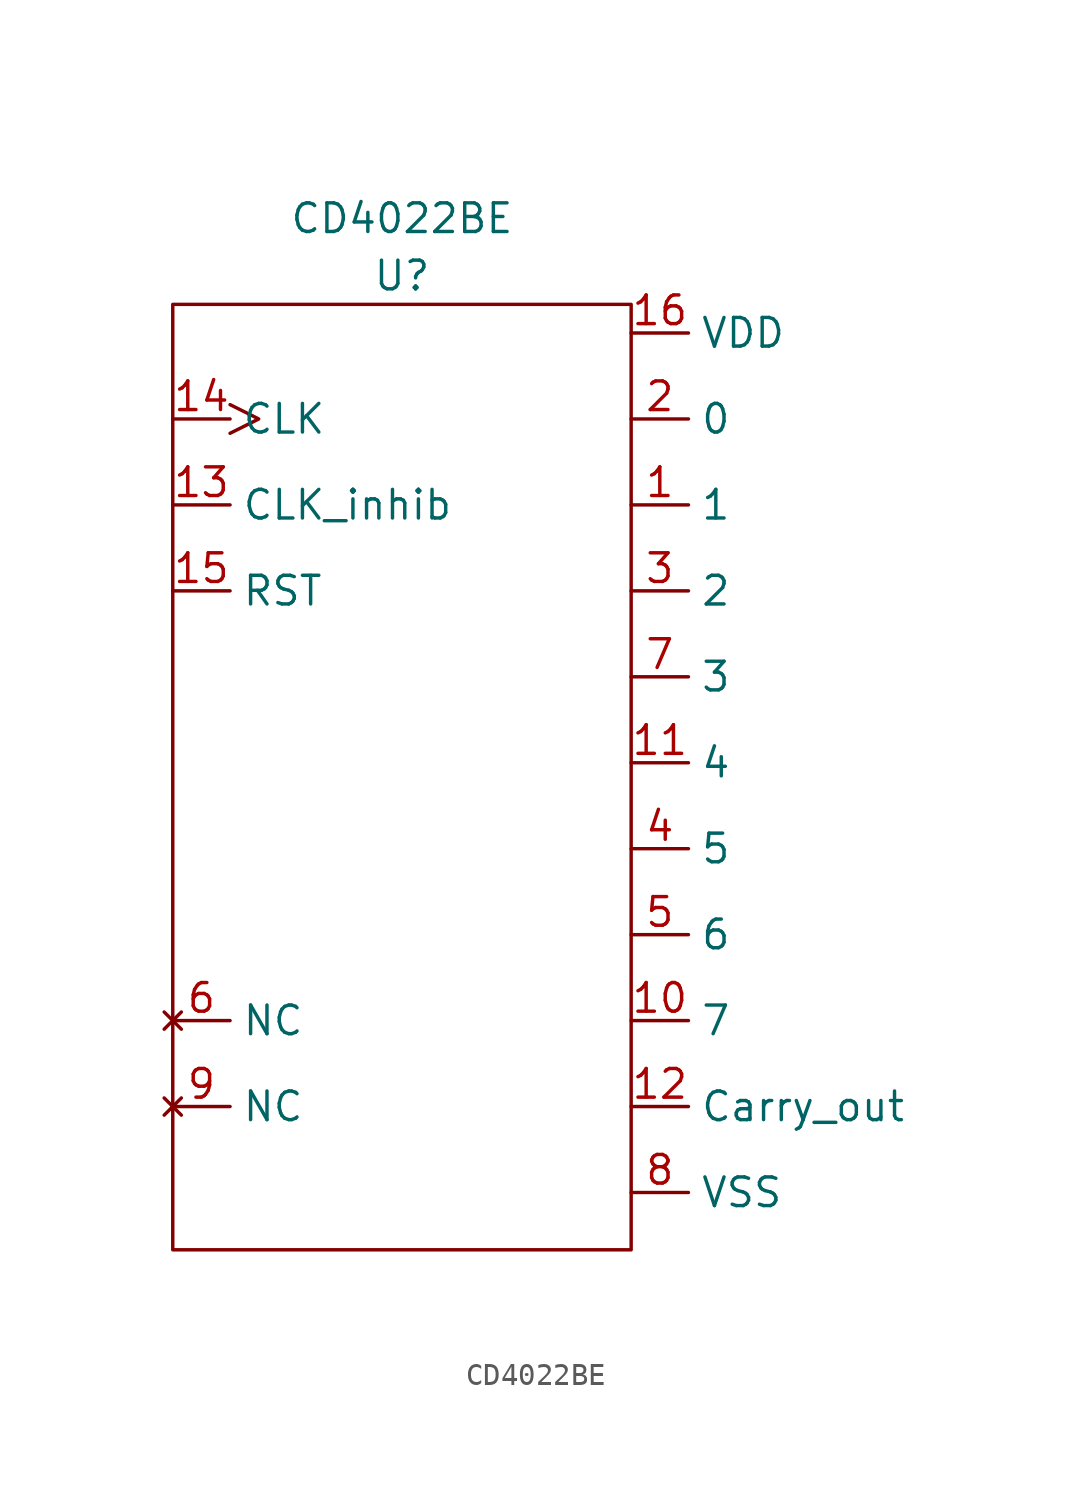
<source format=kicad_sym>
(kicad_symbol_lib
  (version 20211014)
  (generator kicad_symbol_editor)
  (symbol "CD4022BE"
    (property "Reference" "U"
      (at -5.08 0 0)
      (effects (font (size 1.27 1.27))))
    (property "Value" "CD4022BE"
      (at -5.08 2.54 0)
      (effects (font (size 1.27 1.27))))
    (symbol "CD4022BE_0_1"
      (rectangle (start -15.24 -1.27) (end 5.08 -43.18) (stroke (width 0) (type default) (color 0 0 0 0)) (fill (type none))))
    (symbol "CD4022BE_1_1"
      (pin output line (at 5.08 -10.16 0) (length 2.54) (name "1" (effects (font (size 1.27 1.27)))) (number "1" (effects (font (size 1.27 1.27)))))
      (pin output line (at 5.08 -33.02 0) (length 2.54) (name "7" (effects (font (size 1.27 1.27)))) (number "10" (effects (font (size 1.27 1.27)))))
      (pin output line (at 5.08 -21.59 0) (length 2.54) (name "4" (effects (font (size 1.27 1.27)))) (number "11" (effects (font (size 1.27 1.27)))))
      (pin output line (at 5.08 -36.83 0) (length 2.54) (name "Carry_out" (effects (font (size 1.27 1.27)))) (number "12" (effects (font (size 1.27 1.27)))))
      (pin input line (at -15.24 -10.16 0) (length 2.54) (name "CLK_inhib" (effects (font (size 1.27 1.27)))) (number "13" (effects (font (size 1.27 1.27)))))
      (pin input clock (at -15.24 -6.35 0) (length 2.54) (name "CLK" (effects (font (size 1.27 1.27)))) (number "14" (effects (font (size 1.27 1.27)))))
      (pin input line (at -15.24 -13.97 0) (length 2.54) (name "RST" (effects (font (size 1.27 1.27)))) (number "15" (effects (font (size 1.27 1.27)))))
      (pin power_in line (at 5.08 -2.54 0) (length 2.54) (name "VDD" (effects (font (size 1.27 1.27)))) (number "16" (effects (font (size 1.27 1.27)))))
      (pin output line (at 5.08 -6.35 0) (length 2.54) (name "0" (effects (font (size 1.27 1.27)))) (number "2" (effects (font (size 1.27 1.27)))))
      (pin output line (at 5.08 -13.97 0) (length 2.54) (name "2" (effects (font (size 1.27 1.27)))) (number "3" (effects (font (size 1.27 1.27)))))
      (pin output line (at 5.08 -25.4 0) (length 2.54) (name "5" (effects (font (size 1.27 1.27)))) (number "4" (effects (font (size 1.27 1.27)))))
      (pin output line (at 5.08 -29.21 0) (length 2.54) (name "6" (effects (font (size 1.27 1.27)))) (number "5" (effects (font (size 1.27 1.27)))))
      (pin no_connect line (at -15.24 -33.02 0) (length 2.54) (name "NC" (effects (font (size 1.27 1.27)))) (number "6" (effects (font (size 1.27 1.27)))))
      (pin output line (at 5.08 -17.78 0) (length 2.54) (name "3" (effects (font (size 1.27 1.27)))) (number "7" (effects (font (size 1.27 1.27)))))
      (pin output line (at 5.08 -40.64 0) (length 2.54) (name "VSS" (effects (font (size 1.27 1.27)))) (number "8" (effects (font (size 1.27 1.27)))))
      (pin no_connect line (at -15.24 -36.83 0) (length 2.54) (name "NC" (effects (font (size 1.27 1.27)))) (number "9" (effects (font (size 1.27 1.27))))))))
</source>
